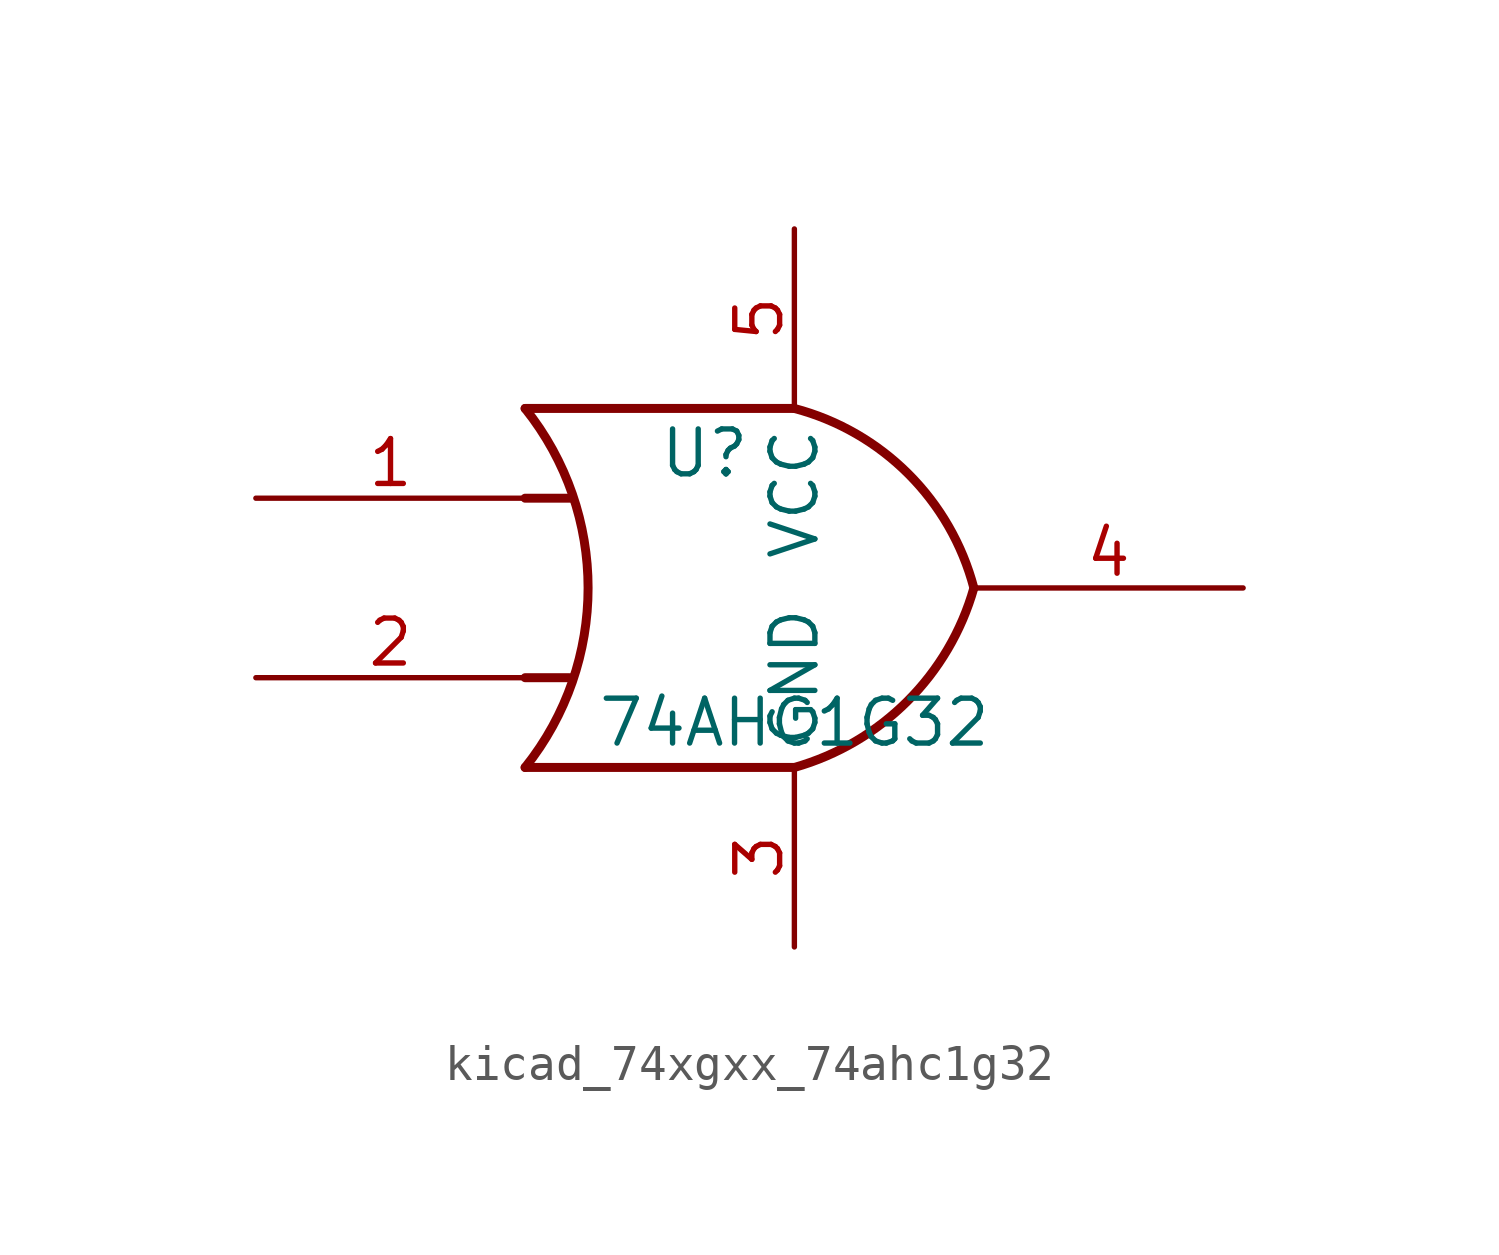
<source format=kicad_sym>
(kicad_symbol_lib
  (version 20220914)
  (generator kicad_symbol_editor)
  (symbol "kicad_74xgxx_74ahc1g32"
    (property "Reference" "U"
      (at -2.54 3.81 0)
      (effects (font (size 1.27 1.27))))
    (property "Value" "74AHC1G32"
      (at 0 -3.81 0)
      (effects (font (size 1.27 1.27))))
    (symbol "kicad_74xgxx_74ahc1g32_0_1"
      (arc (start -7.62 -5.08) (mid -5.838 0) (end -7.62 5.08) (stroke (width 0.254) (type default)) (fill (type none)))
      (arc (start 0 -5.08) (mid 3.1986 -3.2054) (end 5.08 0) (stroke (width 0.254) (type default)) (fill (type none)))
      (polyline (pts (xy -7.62 -2.54) (xy -6.35 -2.54)) (stroke (width 0.254) (type default)) (fill (type background)))
      (polyline (pts (xy -7.62 2.54) (xy -6.35 2.54)) (stroke (width 0.254) (type default)) (fill (type background)))
      (polyline (pts (xy 0 -5.08) (xy -7.62 -5.08)) (stroke (width 0.254) (type default)) (fill (type background)))
      (polyline (pts (xy 0 5.08) (xy -7.62 5.08)) (stroke (width 0.254) (type default)) (fill (type background)))
      (arc (start 5.08 0) (mid 3.2238 3.2304) (end 0 5.08) (stroke (width 0.254) (type default)) (fill (type none))))
    (symbol "kicad_74xgxx_74ahc1g32_1_1"
      (pin input line (at -15.24 2.54 0) (length 7.62) (name "~" (effects (font (size 1.27 1.27)))) (number "1" (effects (font (size 1.27 1.27)))))
      (pin input line (at -15.24 -2.54 0) (length 7.62) (name "~" (effects (font (size 1.27 1.27)))) (number "2" (effects (font (size 1.27 1.27)))))
      (pin power_in line (at 0 -10.16 90) (length 5.08) (name "GND" (effects (font (size 1.27 1.27)))) (number "3" (effects (font (size 1.27 1.27)))))
      (pin output line (at 12.7 0 180) (length 7.62) (name "~" (effects (font (size 1.27 1.27)))) (number "4" (effects (font (size 1.27 1.27)))))
      (pin power_in line (at 0 10.16 270) (length 5.08) (name "VCC" (effects (font (size 1.27 1.27)))) (number "5" (effects (font (size 1.27 1.27))))))))
</source>
